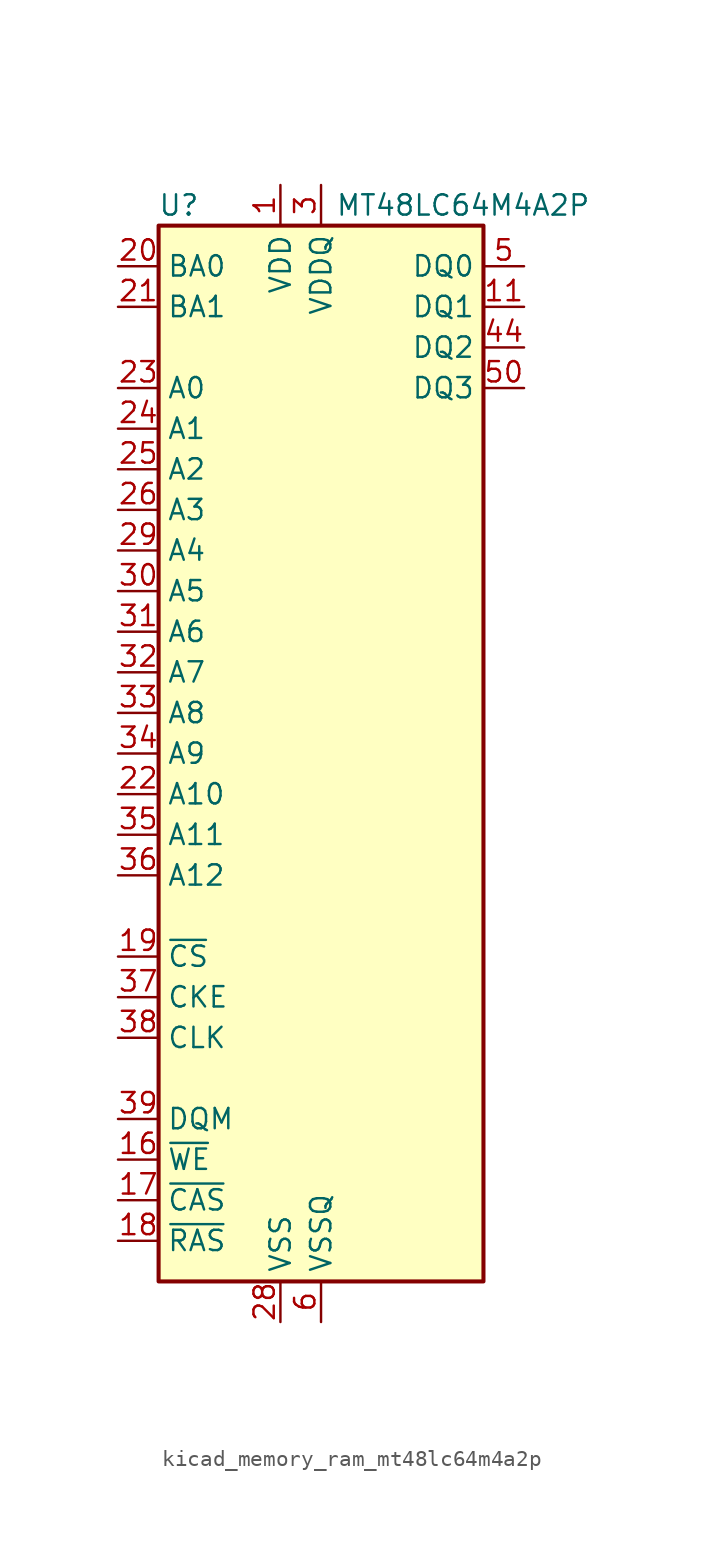
<source format=kicad_sym>
(kicad_symbol_lib
  (version 20220914)
  (generator kicad_symbol_editor)
  (symbol "kicad_memory_ram_mt48lc64m4a2p"
    (property "Reference" "U"
      (at -8.89 34.29 0)
      (effects (font (size 1.27 1.27))))
    (property "Value" "MT48LC64M4A2P"
      (at 8.89 34.29 0)
      (effects (font (size 1.27 1.27))))
    (symbol "kicad_memory_ram_mt48lc64m4a2p_0_1"
      (rectangle (start -10.16 33.02) (end 10.16 -33.02) (stroke (width 0.254) (type default)) (fill (type background))))
    (symbol "kicad_memory_ram_mt48lc64m4a2p_1_1"
      (pin power_in line (at -2.54 35.56 270) (length 2.54) (name "VDD" (effects (font (size 1.27 1.27)))) (number "1" (effects (font (size 1.27 1.27)))))
      (pin no_connect line (at 10.16 2.54 180) (length 2.54) hide (name "NC" (effects (font (size 1.27 1.27)))) (number "10" (effects (font (size 1.27 1.27)))))
      (pin bidirectional line (at 12.7 27.94 180) (length 2.54) (name "DQ1" (effects (font (size 1.27 1.27)))) (number "11" (effects (font (size 1.27 1.27)))))
      (pin passive line (at 0 -35.56 90) (length 2.54) hide (name "VSSQ" (effects (font (size 1.27 1.27)))) (number "12" (effects (font (size 1.27 1.27)))))
      (pin no_connect line (at 10.16 7.62 180) (length 2.54) hide (name "NC" (effects (font (size 1.27 1.27)))) (number "13" (effects (font (size 1.27 1.27)))))
      (pin passive line (at -2.54 35.56 270) (length 2.54) hide (name "VDD" (effects (font (size 1.27 1.27)))) (number "14" (effects (font (size 1.27 1.27)))))
      (pin no_connect line (at -10.16 -20.32 0) (length 2.54) hide (name "NC" (effects (font (size 1.27 1.27)))) (number "15" (effects (font (size 1.27 1.27)))))
      (pin input line (at -12.7 -25.4 0) (length 2.54) (name "~{WE}" (effects (font (size 1.27 1.27)))) (number "16" (effects (font (size 1.27 1.27)))))
      (pin input line (at -12.7 -27.94 0) (length 2.54) (name "~{CAS}" (effects (font (size 1.27 1.27)))) (number "17" (effects (font (size 1.27 1.27)))))
      (pin input line (at -12.7 -30.48 0) (length 2.54) (name "~{RAS}" (effects (font (size 1.27 1.27)))) (number "18" (effects (font (size 1.27 1.27)))))
      (pin input line (at -12.7 -12.7 0) (length 2.54) (name "~{CS}" (effects (font (size 1.27 1.27)))) (number "19" (effects (font (size 1.27 1.27)))))
      (pin no_connect line (at 10.16 12.7 180) (length 2.54) hide (name "NC" (effects (font (size 1.27 1.27)))) (number "2" (effects (font (size 1.27 1.27)))))
      (pin input line (at -12.7 30.48 0) (length 2.54) (name "BA0" (effects (font (size 1.27 1.27)))) (number "20" (effects (font (size 1.27 1.27)))))
      (pin input line (at -12.7 27.94 0) (length 2.54) (name "BA1" (effects (font (size 1.27 1.27)))) (number "21" (effects (font (size 1.27 1.27)))))
      (pin input line (at -12.7 -2.54 0) (length 2.54) (name "A10" (effects (font (size 1.27 1.27)))) (number "22" (effects (font (size 1.27 1.27)))))
      (pin input line (at -12.7 22.86 0) (length 2.54) (name "A0" (effects (font (size 1.27 1.27)))) (number "23" (effects (font (size 1.27 1.27)))))
      (pin input line (at -12.7 20.32 0) (length 2.54) (name "A1" (effects (font (size 1.27 1.27)))) (number "24" (effects (font (size 1.27 1.27)))))
      (pin input line (at -12.7 17.78 0) (length 2.54) (name "A2" (effects (font (size 1.27 1.27)))) (number "25" (effects (font (size 1.27 1.27)))))
      (pin input line (at -12.7 15.24 0) (length 2.54) (name "A3" (effects (font (size 1.27 1.27)))) (number "26" (effects (font (size 1.27 1.27)))))
      (pin passive line (at -2.54 35.56 270) (length 2.54) hide (name "VDD" (effects (font (size 1.27 1.27)))) (number "27" (effects (font (size 1.27 1.27)))))
      (pin power_in line (at -2.54 -35.56 90) (length 2.54) (name "VSS" (effects (font (size 1.27 1.27)))) (number "28" (effects (font (size 1.27 1.27)))))
      (pin input line (at -12.7 12.7 0) (length 2.54) (name "A4" (effects (font (size 1.27 1.27)))) (number "29" (effects (font (size 1.27 1.27)))))
      (pin power_in line (at 0 35.56 270) (length 2.54) (name "VDDQ" (effects (font (size 1.27 1.27)))) (number "3" (effects (font (size 1.27 1.27)))))
      (pin input line (at -12.7 10.16 0) (length 2.54) (name "A5" (effects (font (size 1.27 1.27)))) (number "30" (effects (font (size 1.27 1.27)))))
      (pin input line (at -12.7 7.62 0) (length 2.54) (name "A6" (effects (font (size 1.27 1.27)))) (number "31" (effects (font (size 1.27 1.27)))))
      (pin input line (at -12.7 5.08 0) (length 2.54) (name "A7" (effects (font (size 1.27 1.27)))) (number "32" (effects (font (size 1.27 1.27)))))
      (pin input line (at -12.7 2.54 0) (length 2.54) (name "A8" (effects (font (size 1.27 1.27)))) (number "33" (effects (font (size 1.27 1.27)))))
      (pin input line (at -12.7 0 0) (length 2.54) (name "A9" (effects (font (size 1.27 1.27)))) (number "34" (effects (font (size 1.27 1.27)))))
      (pin input line (at -12.7 -5.08 0) (length 2.54) (name "A11" (effects (font (size 1.27 1.27)))) (number "35" (effects (font (size 1.27 1.27)))))
      (pin input line (at -12.7 -7.62 0) (length 2.54) (name "A12" (effects (font (size 1.27 1.27)))) (number "36" (effects (font (size 1.27 1.27)))))
      (pin input line (at -12.7 -15.24 0) (length 2.54) (name "CKE" (effects (font (size 1.27 1.27)))) (number "37" (effects (font (size 1.27 1.27)))))
      (pin input line (at -12.7 -17.78 0) (length 2.54) (name "CLK" (effects (font (size 1.27 1.27)))) (number "38" (effects (font (size 1.27 1.27)))))
      (pin input line (at -12.7 -22.86 0) (length 2.54) (name "DQM" (effects (font (size 1.27 1.27)))) (number "39" (effects (font (size 1.27 1.27)))))
      (pin no_connect line (at 10.16 -7.62 180) (length 2.54) hide (name "NC" (effects (font (size 1.27 1.27)))) (number "4" (effects (font (size 1.27 1.27)))))
      (pin no_connect line (at 10.16 -20.32 180) (length 2.54) hide (name "NC" (effects (font (size 1.27 1.27)))) (number "40" (effects (font (size 1.27 1.27)))))
      (pin passive line (at -2.54 -35.56 90) (length 2.54) hide (name "VSS" (effects (font (size 1.27 1.27)))) (number "41" (effects (font (size 1.27 1.27)))))
      (pin no_connect line (at 10.16 10.16 180) (length 2.54) hide (name "NC" (effects (font (size 1.27 1.27)))) (number "42" (effects (font (size 1.27 1.27)))))
      (pin passive line (at 0 35.56 270) (length 2.54) hide (name "VDDQ" (effects (font (size 1.27 1.27)))) (number "43" (effects (font (size 1.27 1.27)))))
      (pin bidirectional line (at 12.7 25.4 180) (length 2.54) (name "DQ2" (effects (font (size 1.27 1.27)))) (number "44" (effects (font (size 1.27 1.27)))))
      (pin no_connect line (at 10.16 5.08 180) (length 2.54) hide (name "NC" (effects (font (size 1.27 1.27)))) (number "45" (effects (font (size 1.27 1.27)))))
      (pin passive line (at 0 -35.56 90) (length 2.54) hide (name "VSSQ" (effects (font (size 1.27 1.27)))) (number "46" (effects (font (size 1.27 1.27)))))
      (pin no_connect line (at 10.16 17.78 180) (length 2.54) hide (name "NC" (effects (font (size 1.27 1.27)))) (number "47" (effects (font (size 1.27 1.27)))))
      (pin no_connect line (at 10.16 0 180) (length 2.54) hide (name "NC" (effects (font (size 1.27 1.27)))) (number "48" (effects (font (size 1.27 1.27)))))
      (pin passive line (at 0 35.56 270) (length 2.54) hide (name "VDDQ" (effects (font (size 1.27 1.27)))) (number "49" (effects (font (size 1.27 1.27)))))
      (pin bidirectional line (at 12.7 30.48 180) (length 2.54) (name "DQ0" (effects (font (size 1.27 1.27)))) (number "5" (effects (font (size 1.27 1.27)))))
      (pin bidirectional line (at 12.7 22.86 180) (length 2.54) (name "DQ3" (effects (font (size 1.27 1.27)))) (number "50" (effects (font (size 1.27 1.27)))))
      (pin no_connect line (at 10.16 -5.08 180) (length 2.54) hide (name "NC" (effects (font (size 1.27 1.27)))) (number "51" (effects (font (size 1.27 1.27)))))
      (pin passive line (at 0 -35.56 90) (length 2.54) hide (name "VSSQ" (effects (font (size 1.27 1.27)))) (number "52" (effects (font (size 1.27 1.27)))))
      (pin no_connect line (at 10.16 20.32 180) (length 2.54) hide (name "NC" (effects (font (size 1.27 1.27)))) (number "53" (effects (font (size 1.27 1.27)))))
      (pin passive line (at -2.54 -35.56 90) (length 2.54) hide (name "VSS" (effects (font (size 1.27 1.27)))) (number "54" (effects (font (size 1.27 1.27)))))
      (pin power_in line (at 0 -35.56 90) (length 2.54) (name "VSSQ" (effects (font (size 1.27 1.27)))) (number "6" (effects (font (size 1.27 1.27)))))
      (pin no_connect line (at 10.16 -2.54 180) (length 2.54) hide (name "NC" (effects (font (size 1.27 1.27)))) (number "7" (effects (font (size 1.27 1.27)))))
      (pin no_connect line (at 10.16 15.24 180) (length 2.54) hide (name "NC" (effects (font (size 1.27 1.27)))) (number "8" (effects (font (size 1.27 1.27)))))
      (pin passive line (at 0 35.56 270) (length 2.54) hide (name "VDDQ" (effects (font (size 1.27 1.27)))) (number "9" (effects (font (size 1.27 1.27))))))))
</source>
